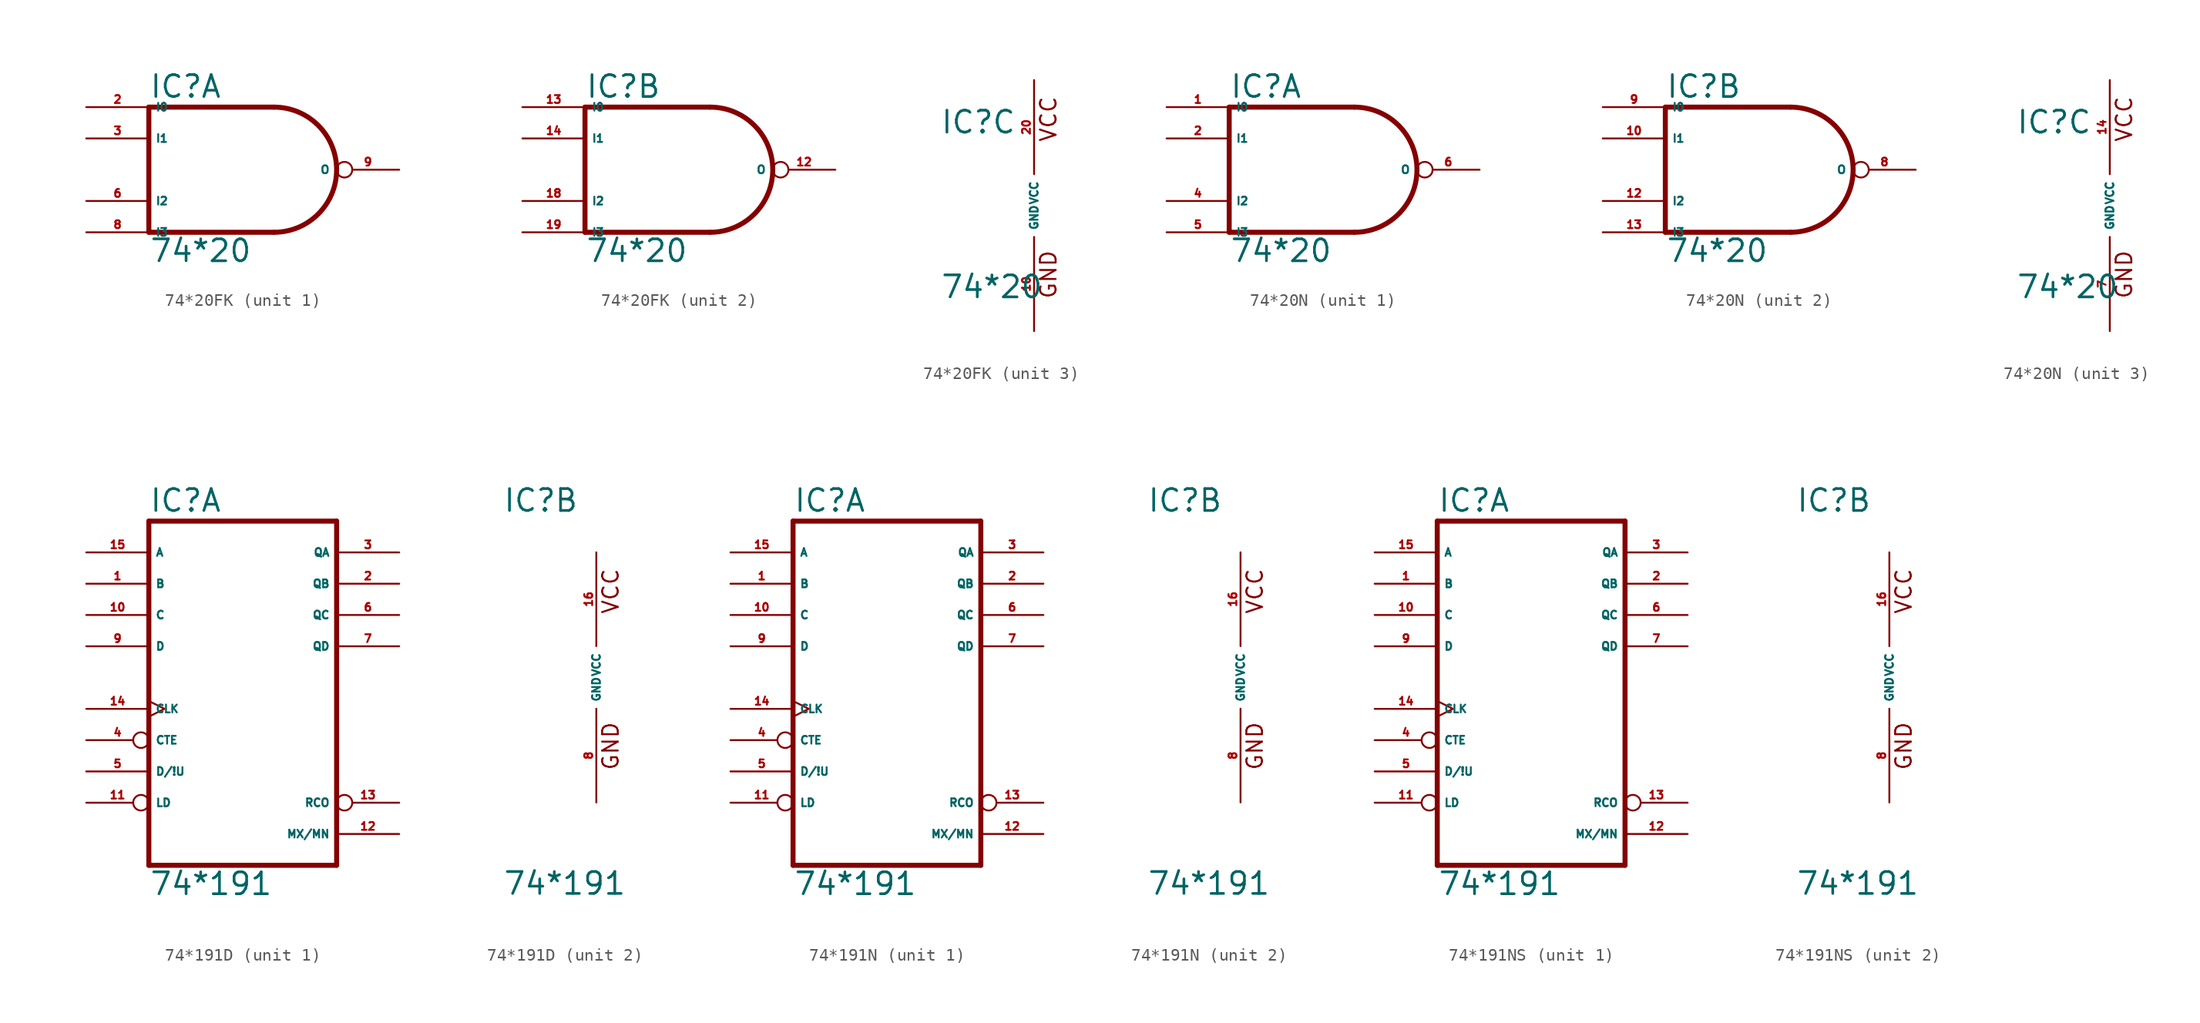
<source format=kicad_sym>
(kicad_symbol_lib
  (version 20220914)
  (generator Eagle2Kicad)
  (symbol "74*20FK"
    (property "Reference" "IC"
      (at -7.62 5.715 0)
      (effects (font (size 1.778 1.778) (thickness 0.22)) (justify left bottom)))
    (property "Value" "74*20"
      (at -7.62 -7.62 0)
      (effects (font (size 1.778 1.778) (thickness 0.22)) (justify left bottom)))
    (symbol "74*20FK_1_0"
      (polyline (pts (xy 2.54 5.08) (xy -7.62 5.08)) (stroke (width 0.406) (type default)) (fill (type none)))
      (polyline (pts (xy -7.62 5.08) (xy -7.62 -5.08)) (stroke (width 0.406) (type default)) (fill (type none)))
      (polyline (pts (xy -7.62 -5.08) (xy 2.54 -5.08)) (stroke (width 0.406) (type default)) (fill (type none)))
      (arc (start 2.54 -5.08) (mid 7.620 0.000) (end 2.54 5.08) (stroke (width 0.4064) (type default)) (fill (type none)))
      (pin input line (at -12.7 5.08 0) (length 5.08) (name "I0" (effects (font (size 0.635 0.635) (thickness 0.08)) (justify left bottom))) (number "2" (effects (font (size 0.635 0.635) (thickness 0.08)) (justify left bottom))))
      (pin input line (at -12.7 2.54 0) (length 5.08) (name "I1" (effects (font (size 0.635 0.635) (thickness 0.08)) (justify left bottom))) (number "3" (effects (font (size 0.635 0.635) (thickness 0.08)) (justify left bottom))))
      (pin input line (at -12.7 -2.54 0) (length 5.08) (name "I2" (effects (font (size 0.635 0.635) (thickness 0.08)) (justify left bottom))) (number "6" (effects (font (size 0.635 0.635) (thickness 0.08)) (justify left bottom))))
      (pin input line (at -12.7 -5.08 0) (length 5.08) (name "I3" (effects (font (size 0.635 0.635) (thickness 0.08)) (justify left bottom))) (number "8" (effects (font (size 0.635 0.635) (thickness 0.08)) (justify left bottom))))
      (pin output inverted (at 12.7 0 180) (length 5.08) (name "O" (effects (font (size 0.635 0.635) (thickness 0.08)) (justify left bottom))) (number "9" (effects (font (size 0.635 0.635) (thickness 0.08)) (justify left bottom)))))
    (symbol "74*20FK_2_0"
      (polyline (pts (xy 2.54 5.08) (xy -7.62 5.08)) (stroke (width 0.406) (type default)) (fill (type none)))
      (polyline (pts (xy -7.62 5.08) (xy -7.62 -5.08)) (stroke (width 0.406) (type default)) (fill (type none)))
      (polyline (pts (xy -7.62 -5.08) (xy 2.54 -5.08)) (stroke (width 0.406) (type default)) (fill (type none)))
      (arc (start 2.54 -5.08) (mid 7.620 0.000) (end 2.54 5.08) (stroke (width 0.4064) (type default)) (fill (type none)))
      (pin input line (at -12.7 5.08 0) (length 5.08) (name "I0" (effects (font (size 0.635 0.635) (thickness 0.08)) (justify left bottom))) (number "13" (effects (font (size 0.635 0.635) (thickness 0.08)) (justify left bottom))))
      (pin input line (at -12.7 2.54 0) (length 5.08) (name "I1" (effects (font (size 0.635 0.635) (thickness 0.08)) (justify left bottom))) (number "14" (effects (font (size 0.635 0.635) (thickness 0.08)) (justify left bottom))))
      (pin input line (at -12.7 -2.54 0) (length 5.08) (name "I2" (effects (font (size 0.635 0.635) (thickness 0.08)) (justify left bottom))) (number "18" (effects (font (size 0.635 0.635) (thickness 0.08)) (justify left bottom))))
      (pin input line (at -12.7 -5.08 0) (length 5.08) (name "I3" (effects (font (size 0.635 0.635) (thickness 0.08)) (justify left bottom))) (number "19" (effects (font (size 0.635 0.635) (thickness 0.08)) (justify left bottom))))
      (pin output inverted (at 12.7 0 180) (length 5.08) (name "O" (effects (font (size 0.635 0.635) (thickness 0.08)) (justify left bottom))) (number "12" (effects (font (size 0.635 0.635) (thickness 0.08)) (justify left bottom)))))
    (symbol "74*20FK_3_0"
      (text "GND" (at 1.905 -7.62 900) (effects (font (size 1.27 1.27) (thickness 0.16)) (justify left bottom)))
      (text "VCC" (at 1.905 5.08 900) (effects (font (size 1.27 1.27) (thickness 0.16)) (justify left bottom)))
      (pin unspecified line (at 0 -10.16 90) (length 7.62) (name "GND" (effects (font (size 0.635 0.635) (thickness 0.08)) (justify left bottom))) (number "10" (effects (font (size 0.635 0.635) (thickness 0.08)) (justify left bottom))))
      (pin unspecified line (at 0 10.16 270) (length 7.62) (name "VCC" (effects (font (size 0.635 0.635) (thickness 0.08)) (justify left bottom))) (number "20" (effects (font (size 0.635 0.635) (thickness 0.08)) (justify left bottom))))))
  (symbol "74*20N"
    (property "Reference" "IC"
      (at -7.62 5.715 0)
      (effects (font (size 1.778 1.778) (thickness 0.22)) (justify left bottom)))
    (property "Value" "74*20"
      (at -7.62 -7.62 0)
      (effects (font (size 1.778 1.778) (thickness 0.22)) (justify left bottom)))
    (symbol "74*20N_1_0"
      (polyline (pts (xy 2.54 5.08) (xy -7.62 5.08)) (stroke (width 0.406) (type default)) (fill (type none)))
      (polyline (pts (xy -7.62 5.08) (xy -7.62 -5.08)) (stroke (width 0.406) (type default)) (fill (type none)))
      (polyline (pts (xy -7.62 -5.08) (xy 2.54 -5.08)) (stroke (width 0.406) (type default)) (fill (type none)))
      (arc (start 2.54 -5.08) (mid 7.620 0.000) (end 2.54 5.08) (stroke (width 0.4064) (type default)) (fill (type none)))
      (pin input line (at -12.7 5.08 0) (length 5.08) (name "I0" (effects (font (size 0.635 0.635) (thickness 0.08)) (justify left bottom))) (number "1" (effects (font (size 0.635 0.635) (thickness 0.08)) (justify left bottom))))
      (pin input line (at -12.7 2.54 0) (length 5.08) (name "I1" (effects (font (size 0.635 0.635) (thickness 0.08)) (justify left bottom))) (number "2" (effects (font (size 0.635 0.635) (thickness 0.08)) (justify left bottom))))
      (pin input line (at -12.7 -2.54 0) (length 5.08) (name "I2" (effects (font (size 0.635 0.635) (thickness 0.08)) (justify left bottom))) (number "4" (effects (font (size 0.635 0.635) (thickness 0.08)) (justify left bottom))))
      (pin input line (at -12.7 -5.08 0) (length 5.08) (name "I3" (effects (font (size 0.635 0.635) (thickness 0.08)) (justify left bottom))) (number "5" (effects (font (size 0.635 0.635) (thickness 0.08)) (justify left bottom))))
      (pin output inverted (at 12.7 0 180) (length 5.08) (name "O" (effects (font (size 0.635 0.635) (thickness 0.08)) (justify left bottom))) (number "6" (effects (font (size 0.635 0.635) (thickness 0.08)) (justify left bottom)))))
    (symbol "74*20N_2_0"
      (polyline (pts (xy 2.54 5.08) (xy -7.62 5.08)) (stroke (width 0.406) (type default)) (fill (type none)))
      (polyline (pts (xy -7.62 5.08) (xy -7.62 -5.08)) (stroke (width 0.406) (type default)) (fill (type none)))
      (polyline (pts (xy -7.62 -5.08) (xy 2.54 -5.08)) (stroke (width 0.406) (type default)) (fill (type none)))
      (arc (start 2.54 -5.08) (mid 7.620 0.000) (end 2.54 5.08) (stroke (width 0.4064) (type default)) (fill (type none)))
      (pin input line (at -12.7 5.08 0) (length 5.08) (name "I0" (effects (font (size 0.635 0.635) (thickness 0.08)) (justify left bottom))) (number "9" (effects (font (size 0.635 0.635) (thickness 0.08)) (justify left bottom))))
      (pin input line (at -12.7 2.54 0) (length 5.08) (name "I1" (effects (font (size 0.635 0.635) (thickness 0.08)) (justify left bottom))) (number "10" (effects (font (size 0.635 0.635) (thickness 0.08)) (justify left bottom))))
      (pin input line (at -12.7 -2.54 0) (length 5.08) (name "I2" (effects (font (size 0.635 0.635) (thickness 0.08)) (justify left bottom))) (number "12" (effects (font (size 0.635 0.635) (thickness 0.08)) (justify left bottom))))
      (pin input line (at -12.7 -5.08 0) (length 5.08) (name "I3" (effects (font (size 0.635 0.635) (thickness 0.08)) (justify left bottom))) (number "13" (effects (font (size 0.635 0.635) (thickness 0.08)) (justify left bottom))))
      (pin output inverted (at 12.7 0 180) (length 5.08) (name "O" (effects (font (size 0.635 0.635) (thickness 0.08)) (justify left bottom))) (number "8" (effects (font (size 0.635 0.635) (thickness 0.08)) (justify left bottom)))))
    (symbol "74*20N_3_0"
      (text "GND" (at 1.905 -7.62 900) (effects (font (size 1.27 1.27) (thickness 0.16)) (justify left bottom)))
      (text "VCC" (at 1.905 5.08 900) (effects (font (size 1.27 1.27) (thickness 0.16)) (justify left bottom)))
      (pin unspecified line (at 0 -10.16 90) (length 7.62) (name "GND" (effects (font (size 0.635 0.635) (thickness 0.08)) (justify left bottom))) (number "7" (effects (font (size 0.635 0.635) (thickness 0.08)) (justify left bottom))))
      (pin unspecified line (at 0 10.16 270) (length 7.62) (name "VCC" (effects (font (size 0.635 0.635) (thickness 0.08)) (justify left bottom))) (number "14" (effects (font (size 0.635 0.635) (thickness 0.08)) (justify left bottom))))))
  (symbol "74*191D"
    (property "Reference" "IC"
      (at -7.62 13.335 0)
      (effects (font (size 1.778 1.778) (thickness 0.22)) (justify left bottom)))
    (property "Value" "74*191"
      (at -7.62 -17.78 0)
      (effects (font (size 1.778 1.778) (thickness 0.22)) (justify left bottom)))
    (symbol "74*191D_1_0"
      (polyline (pts (xy -7.62 -15.24) (xy 7.62 -15.24)) (stroke (width 0.406) (type default)) (fill (type none)))
      (polyline (pts (xy 7.62 -15.24) (xy 7.62 12.7)) (stroke (width 0.406) (type default)) (fill (type none)))
      (polyline (pts (xy 7.62 12.7) (xy -7.62 12.7)) (stroke (width 0.406) (type default)) (fill (type none)))
      (polyline (pts (xy -7.62 12.7) (xy -7.62 -15.24)) (stroke (width 0.406) (type default)) (fill (type none)))
      (pin input line (at -12.7 7.62 0) (length 5.08) (name "B" (effects (font (size 0.635 0.635) (thickness 0.08)) (justify left bottom))) (number "1" (effects (font (size 0.635 0.635) (thickness 0.08)) (justify left bottom))))
      (pin output line (at 12.7 7.62 180) (length 5.08) (name "QB" (effects (font (size 0.635 0.635) (thickness 0.08)) (justify left bottom))) (number "2" (effects (font (size 0.635 0.635) (thickness 0.08)) (justify left bottom))))
      (pin output line (at 12.7 10.16 180) (length 5.08) (name "QA" (effects (font (size 0.635 0.635) (thickness 0.08)) (justify left bottom))) (number "3" (effects (font (size 0.635 0.635) (thickness 0.08)) (justify left bottom))))
      (pin input inverted (at -12.7 -5.08 0) (length 5.08) (name "CTE" (effects (font (size 0.635 0.635) (thickness 0.08)) (justify left bottom))) (number "4" (effects (font (size 0.635 0.635) (thickness 0.08)) (justify left bottom))))
      (pin input line (at -12.7 -7.62 0) (length 5.08) (name "D/!U" (effects (font (size 0.635 0.635) (thickness 0.08)) (justify left bottom))) (number "5" (effects (font (size 0.635 0.635) (thickness 0.08)) (justify left bottom))))
      (pin output line (at 12.7 5.08 180) (length 5.08) (name "QC" (effects (font (size 0.635 0.635) (thickness 0.08)) (justify left bottom))) (number "6" (effects (font (size 0.635 0.635) (thickness 0.08)) (justify left bottom))))
      (pin output line (at 12.7 2.54 180) (length 5.08) (name "QD" (effects (font (size 0.635 0.635) (thickness 0.08)) (justify left bottom))) (number "7" (effects (font (size 0.635 0.635) (thickness 0.08)) (justify left bottom))))
      (pin input line (at -12.7 2.54 0) (length 5.08) (name "D" (effects (font (size 0.635 0.635) (thickness 0.08)) (justify left bottom))) (number "9" (effects (font (size 0.635 0.635) (thickness 0.08)) (justify left bottom))))
      (pin input line (at -12.7 5.08 0) (length 5.08) (name "C" (effects (font (size 0.635 0.635) (thickness 0.08)) (justify left bottom))) (number "10" (effects (font (size 0.635 0.635) (thickness 0.08)) (justify left bottom))))
      (pin input inverted (at -12.7 -10.16 0) (length 5.08) (name "LD" (effects (font (size 0.635 0.635) (thickness 0.08)) (justify left bottom))) (number "11" (effects (font (size 0.635 0.635) (thickness 0.08)) (justify left bottom))))
      (pin output line (at 12.7 -12.7 180) (length 5.08) (name "MX/MN" (effects (font (size 0.635 0.635) (thickness 0.08)) (justify left bottom))) (number "12" (effects (font (size 0.635 0.635) (thickness 0.08)) (justify left bottom))))
      (pin output inverted (at 12.7 -10.16 180) (length 5.08) (name "RCO" (effects (font (size 0.635 0.635) (thickness 0.08)) (justify left bottom))) (number "13" (effects (font (size 0.635 0.635) (thickness 0.08)) (justify left bottom))))
      (pin input clock (at -12.7 -2.54 0) (length 5.08) (name "CLK" (effects (font (size 0.635 0.635) (thickness 0.08)) (justify left bottom))) (number "14" (effects (font (size 0.635 0.635) (thickness 0.08)) (justify left bottom))))
      (pin input line (at -12.7 10.16 0) (length 5.08) (name "A" (effects (font (size 0.635 0.635) (thickness 0.08)) (justify left bottom))) (number "15" (effects (font (size 0.635 0.635) (thickness 0.08)) (justify left bottom)))))
    (symbol "74*191D_2_0"
      (text "GND" (at 1.905 -7.62 900) (effects (font (size 1.27 1.27) (thickness 0.16)) (justify left bottom)))
      (text "VCC" (at 1.905 5.08 900) (effects (font (size 1.27 1.27) (thickness 0.16)) (justify left bottom)))
      (pin unspecified line (at 0 -10.16 90) (length 7.62) (name "GND" (effects (font (size 0.635 0.635) (thickness 0.08)) (justify left bottom))) (number "8" (effects (font (size 0.635 0.635) (thickness 0.08)) (justify left bottom))))
      (pin unspecified line (at 0 10.16 270) (length 7.62) (name "VCC" (effects (font (size 0.635 0.635) (thickness 0.08)) (justify left bottom))) (number "16" (effects (font (size 0.635 0.635) (thickness 0.08)) (justify left bottom))))))
  (symbol "74*191N"
    (property "Reference" "IC"
      (at -7.62 13.335 0)
      (effects (font (size 1.778 1.778) (thickness 0.22)) (justify left bottom)))
    (property "Value" "74*191"
      (at -7.62 -17.78 0)
      (effects (font (size 1.778 1.778) (thickness 0.22)) (justify left bottom)))
    (symbol "74*191N_1_0"
      (polyline (pts (xy -7.62 -15.24) (xy 7.62 -15.24)) (stroke (width 0.406) (type default)) (fill (type none)))
      (polyline (pts (xy 7.62 -15.24) (xy 7.62 12.7)) (stroke (width 0.406) (type default)) (fill (type none)))
      (polyline (pts (xy 7.62 12.7) (xy -7.62 12.7)) (stroke (width 0.406) (type default)) (fill (type none)))
      (polyline (pts (xy -7.62 12.7) (xy -7.62 -15.24)) (stroke (width 0.406) (type default)) (fill (type none)))
      (pin input line (at -12.7 7.62 0) (length 5.08) (name "B" (effects (font (size 0.635 0.635) (thickness 0.08)) (justify left bottom))) (number "1" (effects (font (size 0.635 0.635) (thickness 0.08)) (justify left bottom))))
      (pin output line (at 12.7 7.62 180) (length 5.08) (name "QB" (effects (font (size 0.635 0.635) (thickness 0.08)) (justify left bottom))) (number "2" (effects (font (size 0.635 0.635) (thickness 0.08)) (justify left bottom))))
      (pin output line (at 12.7 10.16 180) (length 5.08) (name "QA" (effects (font (size 0.635 0.635) (thickness 0.08)) (justify left bottom))) (number "3" (effects (font (size 0.635 0.635) (thickness 0.08)) (justify left bottom))))
      (pin input inverted (at -12.7 -5.08 0) (length 5.08) (name "CTE" (effects (font (size 0.635 0.635) (thickness 0.08)) (justify left bottom))) (number "4" (effects (font (size 0.635 0.635) (thickness 0.08)) (justify left bottom))))
      (pin input line (at -12.7 -7.62 0) (length 5.08) (name "D/!U" (effects (font (size 0.635 0.635) (thickness 0.08)) (justify left bottom))) (number "5" (effects (font (size 0.635 0.635) (thickness 0.08)) (justify left bottom))))
      (pin output line (at 12.7 5.08 180) (length 5.08) (name "QC" (effects (font (size 0.635 0.635) (thickness 0.08)) (justify left bottom))) (number "6" (effects (font (size 0.635 0.635) (thickness 0.08)) (justify left bottom))))
      (pin output line (at 12.7 2.54 180) (length 5.08) (name "QD" (effects (font (size 0.635 0.635) (thickness 0.08)) (justify left bottom))) (number "7" (effects (font (size 0.635 0.635) (thickness 0.08)) (justify left bottom))))
      (pin input line (at -12.7 2.54 0) (length 5.08) (name "D" (effects (font (size 0.635 0.635) (thickness 0.08)) (justify left bottom))) (number "9" (effects (font (size 0.635 0.635) (thickness 0.08)) (justify left bottom))))
      (pin input line (at -12.7 5.08 0) (length 5.08) (name "C" (effects (font (size 0.635 0.635) (thickness 0.08)) (justify left bottom))) (number "10" (effects (font (size 0.635 0.635) (thickness 0.08)) (justify left bottom))))
      (pin input inverted (at -12.7 -10.16 0) (length 5.08) (name "LD" (effects (font (size 0.635 0.635) (thickness 0.08)) (justify left bottom))) (number "11" (effects (font (size 0.635 0.635) (thickness 0.08)) (justify left bottom))))
      (pin output line (at 12.7 -12.7 180) (length 5.08) (name "MX/MN" (effects (font (size 0.635 0.635) (thickness 0.08)) (justify left bottom))) (number "12" (effects (font (size 0.635 0.635) (thickness 0.08)) (justify left bottom))))
      (pin output inverted (at 12.7 -10.16 180) (length 5.08) (name "RCO" (effects (font (size 0.635 0.635) (thickness 0.08)) (justify left bottom))) (number "13" (effects (font (size 0.635 0.635) (thickness 0.08)) (justify left bottom))))
      (pin input clock (at -12.7 -2.54 0) (length 5.08) (name "CLK" (effects (font (size 0.635 0.635) (thickness 0.08)) (justify left bottom))) (number "14" (effects (font (size 0.635 0.635) (thickness 0.08)) (justify left bottom))))
      (pin input line (at -12.7 10.16 0) (length 5.08) (name "A" (effects (font (size 0.635 0.635) (thickness 0.08)) (justify left bottom))) (number "15" (effects (font (size 0.635 0.635) (thickness 0.08)) (justify left bottom)))))
    (symbol "74*191N_2_0"
      (text "GND" (at 1.905 -7.62 900) (effects (font (size 1.27 1.27) (thickness 0.16)) (justify left bottom)))
      (text "VCC" (at 1.905 5.08 900) (effects (font (size 1.27 1.27) (thickness 0.16)) (justify left bottom)))
      (pin unspecified line (at 0 -10.16 90) (length 7.62) (name "GND" (effects (font (size 0.635 0.635) (thickness 0.08)) (justify left bottom))) (number "8" (effects (font (size 0.635 0.635) (thickness 0.08)) (justify left bottom))))
      (pin unspecified line (at 0 10.16 270) (length 7.62) (name "VCC" (effects (font (size 0.635 0.635) (thickness 0.08)) (justify left bottom))) (number "16" (effects (font (size 0.635 0.635) (thickness 0.08)) (justify left bottom))))))
  (symbol "74*191NS"
    (property "Reference" "IC"
      (at -7.62 13.335 0)
      (effects (font (size 1.778 1.778) (thickness 0.22)) (justify left bottom)))
    (property "Value" "74*191"
      (at -7.62 -17.78 0)
      (effects (font (size 1.778 1.778) (thickness 0.22)) (justify left bottom)))
    (symbol "74*191NS_1_0"
      (polyline (pts (xy -7.62 -15.24) (xy 7.62 -15.24)) (stroke (width 0.406) (type default)) (fill (type none)))
      (polyline (pts (xy 7.62 -15.24) (xy 7.62 12.7)) (stroke (width 0.406) (type default)) (fill (type none)))
      (polyline (pts (xy 7.62 12.7) (xy -7.62 12.7)) (stroke (width 0.406) (type default)) (fill (type none)))
      (polyline (pts (xy -7.62 12.7) (xy -7.62 -15.24)) (stroke (width 0.406) (type default)) (fill (type none)))
      (pin input line (at -12.7 7.62 0) (length 5.08) (name "B" (effects (font (size 0.635 0.635) (thickness 0.08)) (justify left bottom))) (number "1" (effects (font (size 0.635 0.635) (thickness 0.08)) (justify left bottom))))
      (pin output line (at 12.7 7.62 180) (length 5.08) (name "QB" (effects (font (size 0.635 0.635) (thickness 0.08)) (justify left bottom))) (number "2" (effects (font (size 0.635 0.635) (thickness 0.08)) (justify left bottom))))
      (pin output line (at 12.7 10.16 180) (length 5.08) (name "QA" (effects (font (size 0.635 0.635) (thickness 0.08)) (justify left bottom))) (number "3" (effects (font (size 0.635 0.635) (thickness 0.08)) (justify left bottom))))
      (pin input inverted (at -12.7 -5.08 0) (length 5.08) (name "CTE" (effects (font (size 0.635 0.635) (thickness 0.08)) (justify left bottom))) (number "4" (effects (font (size 0.635 0.635) (thickness 0.08)) (justify left bottom))))
      (pin input line (at -12.7 -7.62 0) (length 5.08) (name "D/!U" (effects (font (size 0.635 0.635) (thickness 0.08)) (justify left bottom))) (number "5" (effects (font (size 0.635 0.635) (thickness 0.08)) (justify left bottom))))
      (pin output line (at 12.7 5.08 180) (length 5.08) (name "QC" (effects (font (size 0.635 0.635) (thickness 0.08)) (justify left bottom))) (number "6" (effects (font (size 0.635 0.635) (thickness 0.08)) (justify left bottom))))
      (pin output line (at 12.7 2.54 180) (length 5.08) (name "QD" (effects (font (size 0.635 0.635) (thickness 0.08)) (justify left bottom))) (number "7" (effects (font (size 0.635 0.635) (thickness 0.08)) (justify left bottom))))
      (pin input line (at -12.7 2.54 0) (length 5.08) (name "D" (effects (font (size 0.635 0.635) (thickness 0.08)) (justify left bottom))) (number "9" (effects (font (size 0.635 0.635) (thickness 0.08)) (justify left bottom))))
      (pin input line (at -12.7 5.08 0) (length 5.08) (name "C" (effects (font (size 0.635 0.635) (thickness 0.08)) (justify left bottom))) (number "10" (effects (font (size 0.635 0.635) (thickness 0.08)) (justify left bottom))))
      (pin input inverted (at -12.7 -10.16 0) (length 5.08) (name "LD" (effects (font (size 0.635 0.635) (thickness 0.08)) (justify left bottom))) (number "11" (effects (font (size 0.635 0.635) (thickness 0.08)) (justify left bottom))))
      (pin output line (at 12.7 -12.7 180) (length 5.08) (name "MX/MN" (effects (font (size 0.635 0.635) (thickness 0.08)) (justify left bottom))) (number "12" (effects (font (size 0.635 0.635) (thickness 0.08)) (justify left bottom))))
      (pin output inverted (at 12.7 -10.16 180) (length 5.08) (name "RCO" (effects (font (size 0.635 0.635) (thickness 0.08)) (justify left bottom))) (number "13" (effects (font (size 0.635 0.635) (thickness 0.08)) (justify left bottom))))
      (pin input clock (at -12.7 -2.54 0) (length 5.08) (name "CLK" (effects (font (size 0.635 0.635) (thickness 0.08)) (justify left bottom))) (number "14" (effects (font (size 0.635 0.635) (thickness 0.08)) (justify left bottom))))
      (pin input line (at -12.7 10.16 0) (length 5.08) (name "A" (effects (font (size 0.635 0.635) (thickness 0.08)) (justify left bottom))) (number "15" (effects (font (size 0.635 0.635) (thickness 0.08)) (justify left bottom)))))
    (symbol "74*191NS_2_0"
      (text "GND" (at 1.905 -7.62 900) (effects (font (size 1.27 1.27) (thickness 0.16)) (justify left bottom)))
      (text "VCC" (at 1.905 5.08 900) (effects (font (size 1.27 1.27) (thickness 0.16)) (justify left bottom)))
      (pin unspecified line (at 0 -10.16 90) (length 7.62) (name "GND" (effects (font (size 0.635 0.635) (thickness 0.08)) (justify left bottom))) (number "8" (effects (font (size 0.635 0.635) (thickness 0.08)) (justify left bottom))))
      (pin unspecified line (at 0 10.16 270) (length 7.62) (name "VCC" (effects (font (size 0.635 0.635) (thickness 0.08)) (justify left bottom))) (number "16" (effects (font (size 0.635 0.635) (thickness 0.08)) (justify left bottom)))))))
</source>
